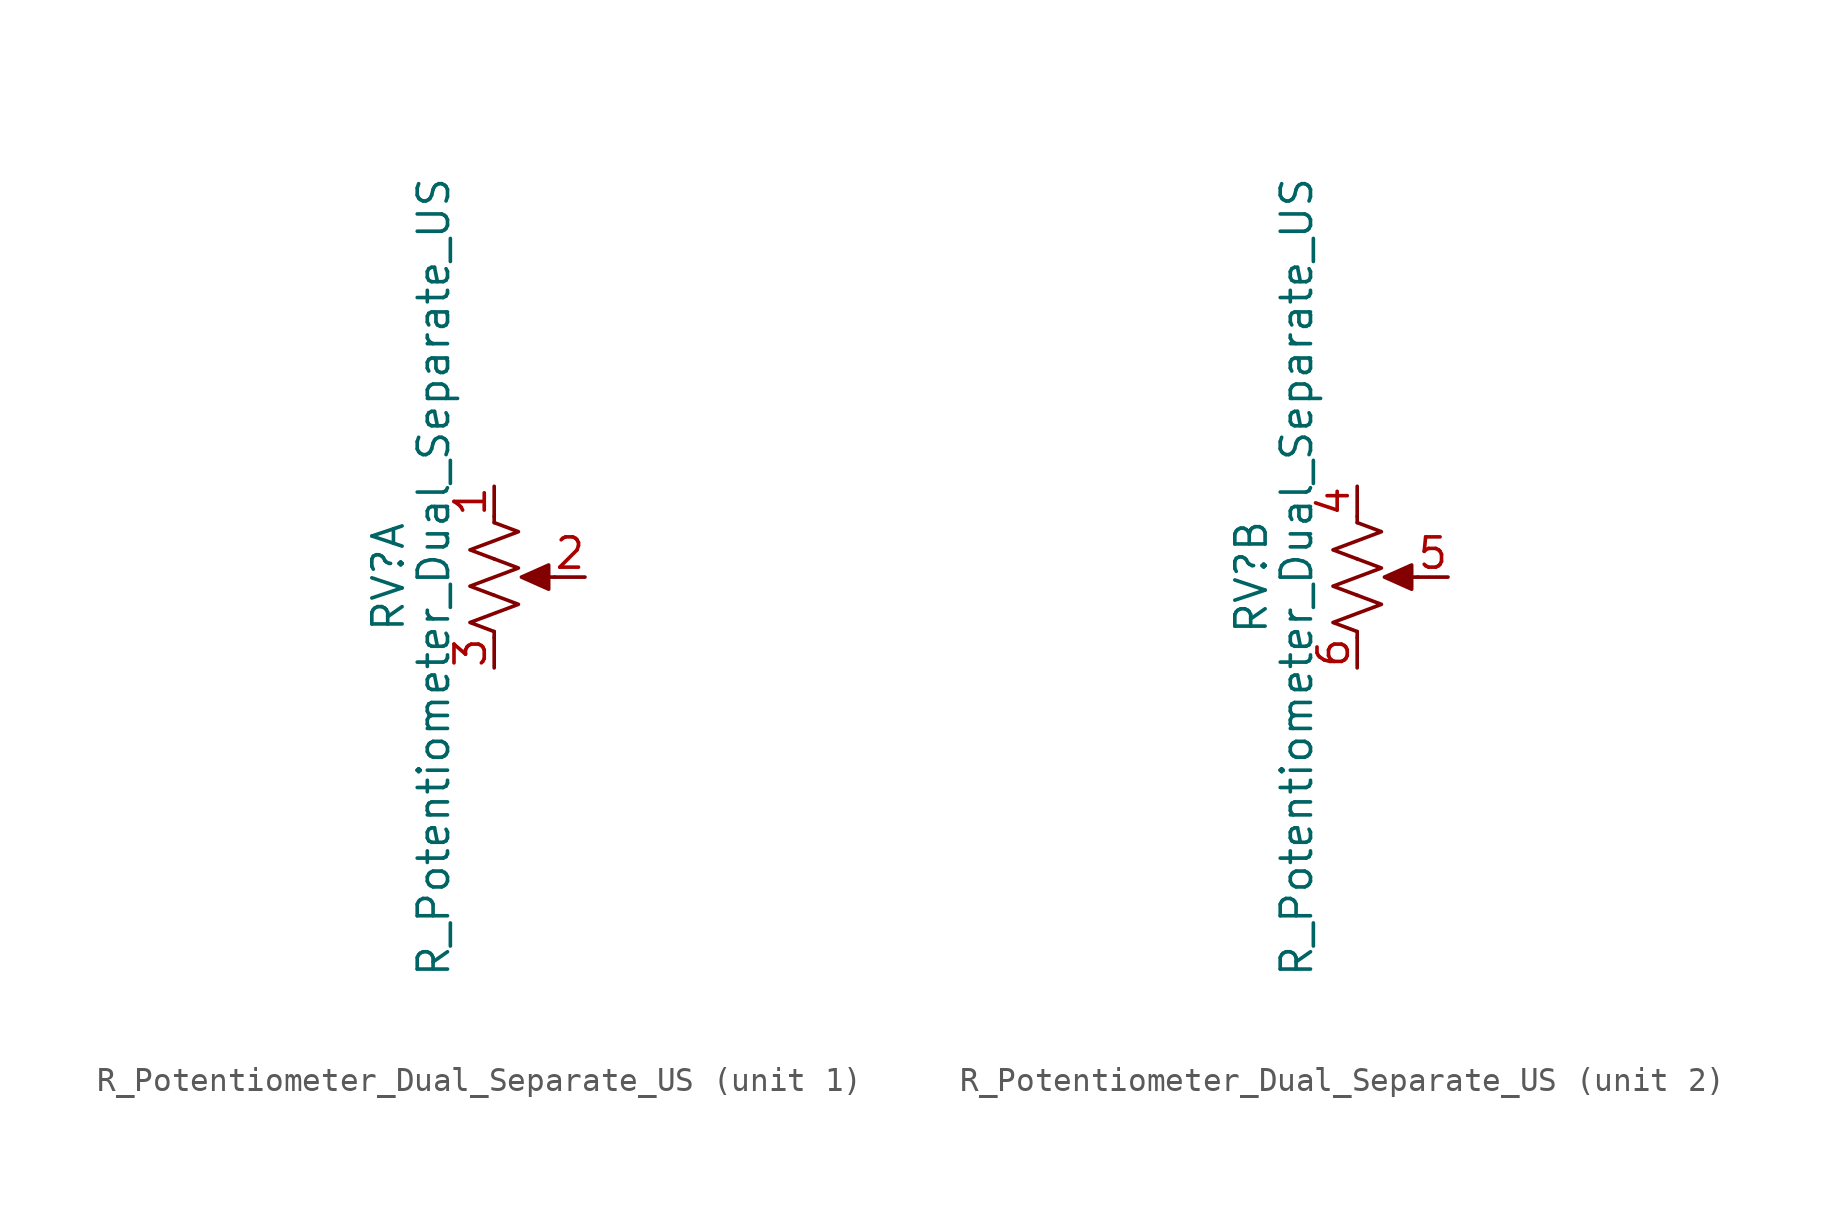
<source format=kicad_sym>
(kicad_symbol_lib
  (version 20211014)
  (generator kicad_symbol_editor)
  (symbol "R_Potentiometer_Dual_Separate_US"
    (pin_names
      (offset 1.016) hide)
    (property "Reference" "RV"
      (at -4.445 0 90)
      (effects (font (size 1.27 1.27))))
    (property "Value" "R_Potentiometer_Dual_Separate_US"
      (at -2.54 0 90)
      (effects (font (size 1.27 1.27))))
    (symbol "R_Potentiometer_Dual_Separate_US_0_1"
      (polyline (pts (xy 0 -2.286) (xy 0 -2.54)) (stroke (width 0) (type default) (color 0 0 0 0)) (fill (type none)))
      (polyline (pts (xy 0 2.54) (xy 0 2.286)) (stroke (width 0) (type default) (color 0 0 0 0)) (fill (type none)))
      (polyline (pts (xy 2.54 0) (xy 1.524 0)) (stroke (width 0) (type default) (color 0 0 0 0)) (fill (type none)))
      (polyline (pts (xy 1.143 0) (xy 2.286 0.508) (xy 2.286 -0.508) (xy 1.143 0)) (stroke (width 0) (type default) (color 0 0 0 0)) (fill (type outline)))
      (polyline (pts (xy 0 -0.762) (xy 1.016 -1.143) (xy 0 -1.524) (xy -1.016 -1.905) (xy 0 -2.286)) (stroke (width 0) (type default) (color 0 0 0 0)) (fill (type none)))
      (polyline (pts (xy 0 0.762) (xy 1.016 0.381) (xy 0 0) (xy -1.016 -0.381) (xy 0 -0.762)) (stroke (width 0) (type default) (color 0 0 0 0)) (fill (type none)))
      (polyline (pts (xy 0 2.286) (xy 1.016 1.905) (xy 0 1.524) (xy -1.016 1.143) (xy 0 0.762)) (stroke (width 0) (type default) (color 0 0 0 0)) (fill (type none))))
    (symbol "R_Potentiometer_Dual_Separate_US_1_1"
      (pin passive line (at 0 3.81 270) (length 1.27) (name "1" (effects (font (size 1.27 1.27)))) (number "1" (effects (font (size 1.27 1.27)))))
      (pin passive line (at 3.81 0 180) (length 1.27) (name "2" (effects (font (size 1.27 1.27)))) (number "2" (effects (font (size 1.27 1.27)))))
      (pin passive line (at 0 -3.81 90) (length 1.27) (name "3" (effects (font (size 1.27 1.27)))) (number "3" (effects (font (size 1.27 1.27))))))
    (symbol "R_Potentiometer_Dual_Separate_US_2_1"
      (pin passive line (at 0 3.81 270) (length 1.27) (name "4" (effects (font (size 1.27 1.27)))) (number "4" (effects (font (size 1.27 1.27)))))
      (pin passive line (at 3.81 0 180) (length 1.27) (name "5" (effects (font (size 1.27 1.27)))) (number "5" (effects (font (size 1.27 1.27)))))
      (pin passive line (at 0 -3.81 90) (length 1.27) (name "6" (effects (font (size 1.27 1.27)))) (number "6" (effects (font (size 1.27 1.27))))))))
</source>
